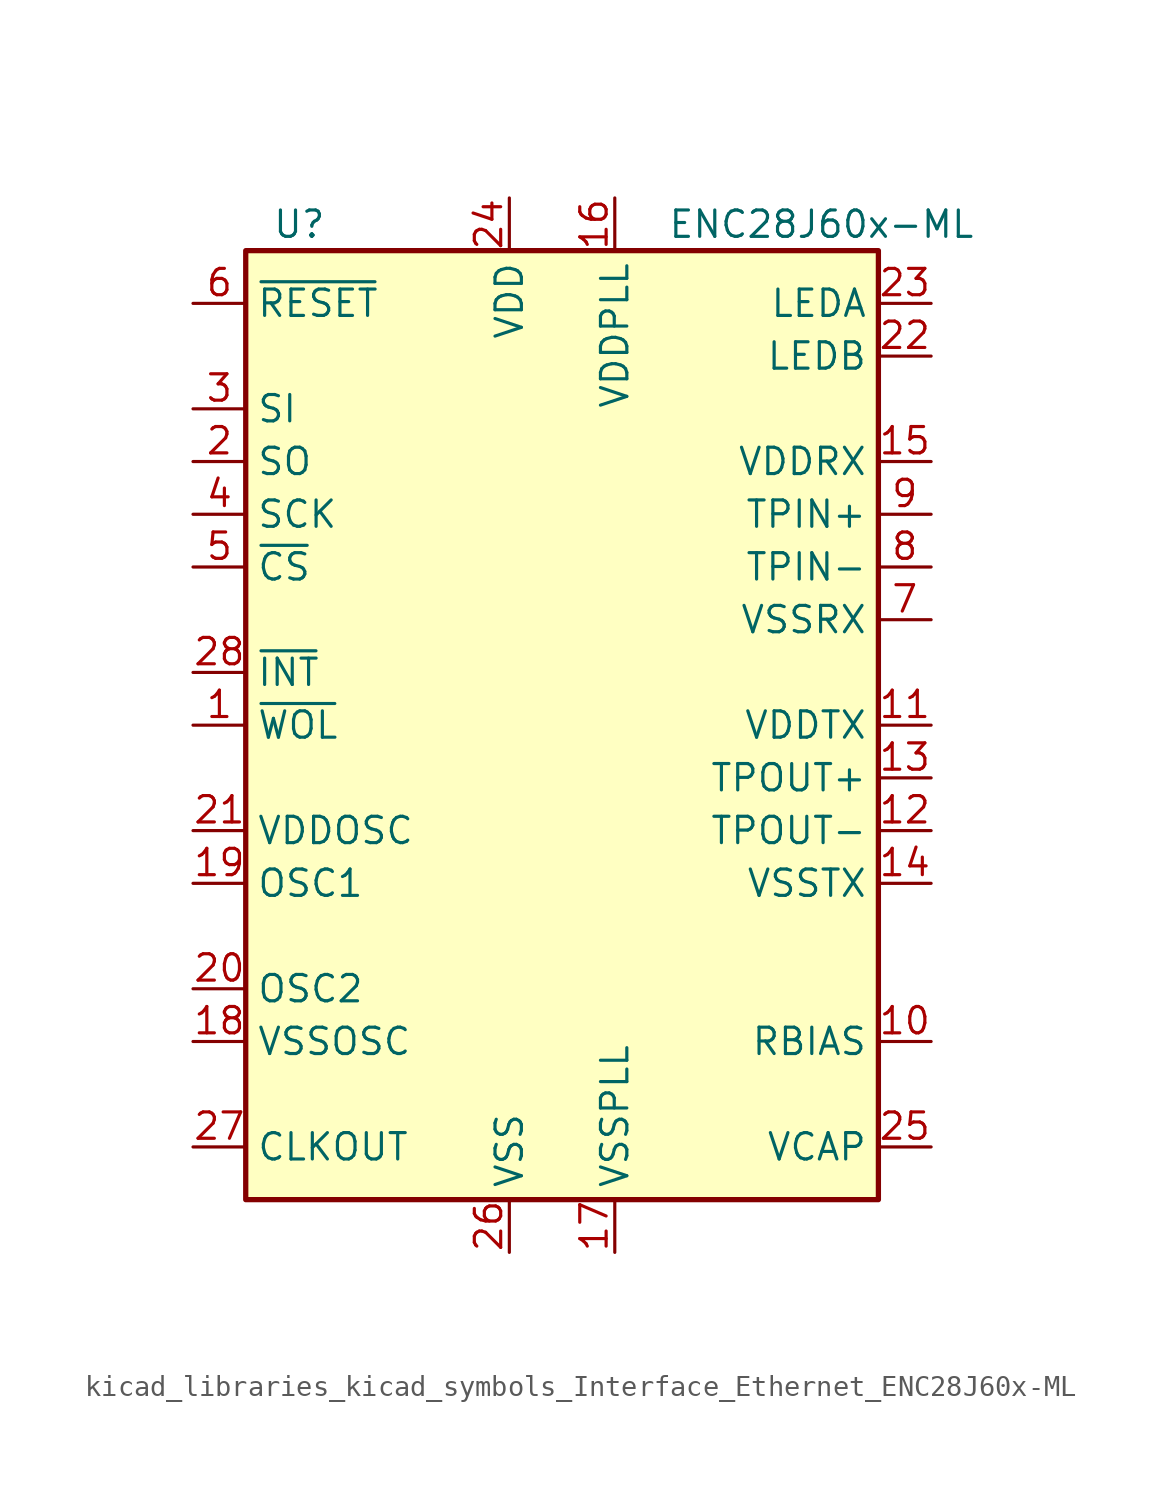
<source format=kicad_sym>
(kicad_symbol_lib
  (version 20220914)
  (generator kicad_symbol_editor)
  (symbol "kicad_libraries_kicad_symbols_Interface_Ethernet_ENC28J60x-ML"
    (property "Reference" "U"
      (at -13.97 24.13 0)
      (effects (font (size 1.27 1.27)) (justify left)))
    (property "Value" "ENC28J60x-ML"
      (at 5.08 24.13 0)
      (effects (font (size 1.27 1.27)) (justify left)))
    (symbol "kicad_libraries_kicad_symbols_Interface_Ethernet_ENC28J60x-ML_0_1"
      (rectangle (start -15.24 22.86) (end 15.24 -22.86) (stroke (width 0.254) (type default)) (fill (type background))))
    (symbol "kicad_libraries_kicad_symbols_Interface_Ethernet_ENC28J60x-ML_1_1"
      (pin output line (at -17.78 0 0) (length 2.54) (name "~{WOL}" (effects (font (size 1.27 1.27)))) (number "1" (effects (font (size 1.27 1.27)))))
      (pin input line (at 17.78 -15.24 180) (length 2.54) (name "RBIAS" (effects (font (size 1.27 1.27)))) (number "10" (effects (font (size 1.27 1.27)))))
      (pin power_in line (at 17.78 0 180) (length 2.54) (name "VDDTX" (effects (font (size 1.27 1.27)))) (number "11" (effects (font (size 1.27 1.27)))))
      (pin output line (at 17.78 -5.08 180) (length 2.54) (name "TPOUT-" (effects (font (size 1.27 1.27)))) (number "12" (effects (font (size 1.27 1.27)))))
      (pin output line (at 17.78 -2.54 180) (length 2.54) (name "TPOUT+" (effects (font (size 1.27 1.27)))) (number "13" (effects (font (size 1.27 1.27)))))
      (pin power_out line (at 17.78 -7.62 180) (length 2.54) (name "VSSTX" (effects (font (size 1.27 1.27)))) (number "14" (effects (font (size 1.27 1.27)))))
      (pin power_in line (at 17.78 12.7 180) (length 2.54) (name "VDDRX" (effects (font (size 1.27 1.27)))) (number "15" (effects (font (size 1.27 1.27)))))
      (pin power_in line (at 2.54 25.4 270) (length 2.54) (name "VDDPLL" (effects (font (size 1.27 1.27)))) (number "16" (effects (font (size 1.27 1.27)))))
      (pin power_in line (at 2.54 -25.4 90) (length 2.54) (name "VSSPLL" (effects (font (size 1.27 1.27)))) (number "17" (effects (font (size 1.27 1.27)))))
      (pin power_in line (at -17.78 -15.24 0) (length 2.54) (name "VSSOSC" (effects (font (size 1.27 1.27)))) (number "18" (effects (font (size 1.27 1.27)))))
      (pin input line (at -17.78 -7.62 0) (length 2.54) (name "OSC1" (effects (font (size 1.27 1.27)))) (number "19" (effects (font (size 1.27 1.27)))))
      (pin output line (at -17.78 12.7 0) (length 2.54) (name "SO" (effects (font (size 1.27 1.27)))) (number "2" (effects (font (size 1.27 1.27)))))
      (pin output line (at -17.78 -12.7 0) (length 2.54) (name "OSC2" (effects (font (size 1.27 1.27)))) (number "20" (effects (font (size 1.27 1.27)))))
      (pin power_in line (at -17.78 -5.08 0) (length 2.54) (name "VDDOSC" (effects (font (size 1.27 1.27)))) (number "21" (effects (font (size 1.27 1.27)))))
      (pin output line (at 17.78 17.78 180) (length 2.54) (name "LEDB" (effects (font (size 1.27 1.27)))) (number "22" (effects (font (size 1.27 1.27)))))
      (pin output line (at 17.78 20.32 180) (length 2.54) (name "LEDA" (effects (font (size 1.27 1.27)))) (number "23" (effects (font (size 1.27 1.27)))))
      (pin power_in line (at -2.54 25.4 270) (length 2.54) (name "VDD" (effects (font (size 1.27 1.27)))) (number "24" (effects (font (size 1.27 1.27)))))
      (pin input line (at 17.78 -20.32 180) (length 2.54) (name "VCAP" (effects (font (size 1.27 1.27)))) (number "25" (effects (font (size 1.27 1.27)))))
      (pin power_in line (at -2.54 -25.4 90) (length 2.54) (name "VSS" (effects (font (size 1.27 1.27)))) (number "26" (effects (font (size 1.27 1.27)))))
      (pin output line (at -17.78 -20.32 0) (length 2.54) (name "CLKOUT" (effects (font (size 1.27 1.27)))) (number "27" (effects (font (size 1.27 1.27)))))
      (pin output line (at -17.78 2.54 0) (length 2.54) (name "~{INT}" (effects (font (size 1.27 1.27)))) (number "28" (effects (font (size 1.27 1.27)))))
      (pin input line (at -17.78 15.24 0) (length 2.54) (name "SI" (effects (font (size 1.27 1.27)))) (number "3" (effects (font (size 1.27 1.27)))))
      (pin input line (at -17.78 10.16 0) (length 2.54) (name "SCK" (effects (font (size 1.27 1.27)))) (number "4" (effects (font (size 1.27 1.27)))))
      (pin input line (at -17.78 7.62 0) (length 2.54) (name "~{CS}" (effects (font (size 1.27 1.27)))) (number "5" (effects (font (size 1.27 1.27)))))
      (pin input line (at -17.78 20.32 0) (length 2.54) (name "~{RESET}" (effects (font (size 1.27 1.27)))) (number "6" (effects (font (size 1.27 1.27)))))
      (pin power_out line (at 17.78 5.08 180) (length 2.54) (name "VSSRX" (effects (font (size 1.27 1.27)))) (number "7" (effects (font (size 1.27 1.27)))))
      (pin input line (at 17.78 7.62 180) (length 2.54) (name "TPIN-" (effects (font (size 1.27 1.27)))) (number "8" (effects (font (size 1.27 1.27)))))
      (pin input line (at 17.78 10.16 180) (length 2.54) (name "TPIN+" (effects (font (size 1.27 1.27)))) (number "9" (effects (font (size 1.27 1.27))))))))
</source>
